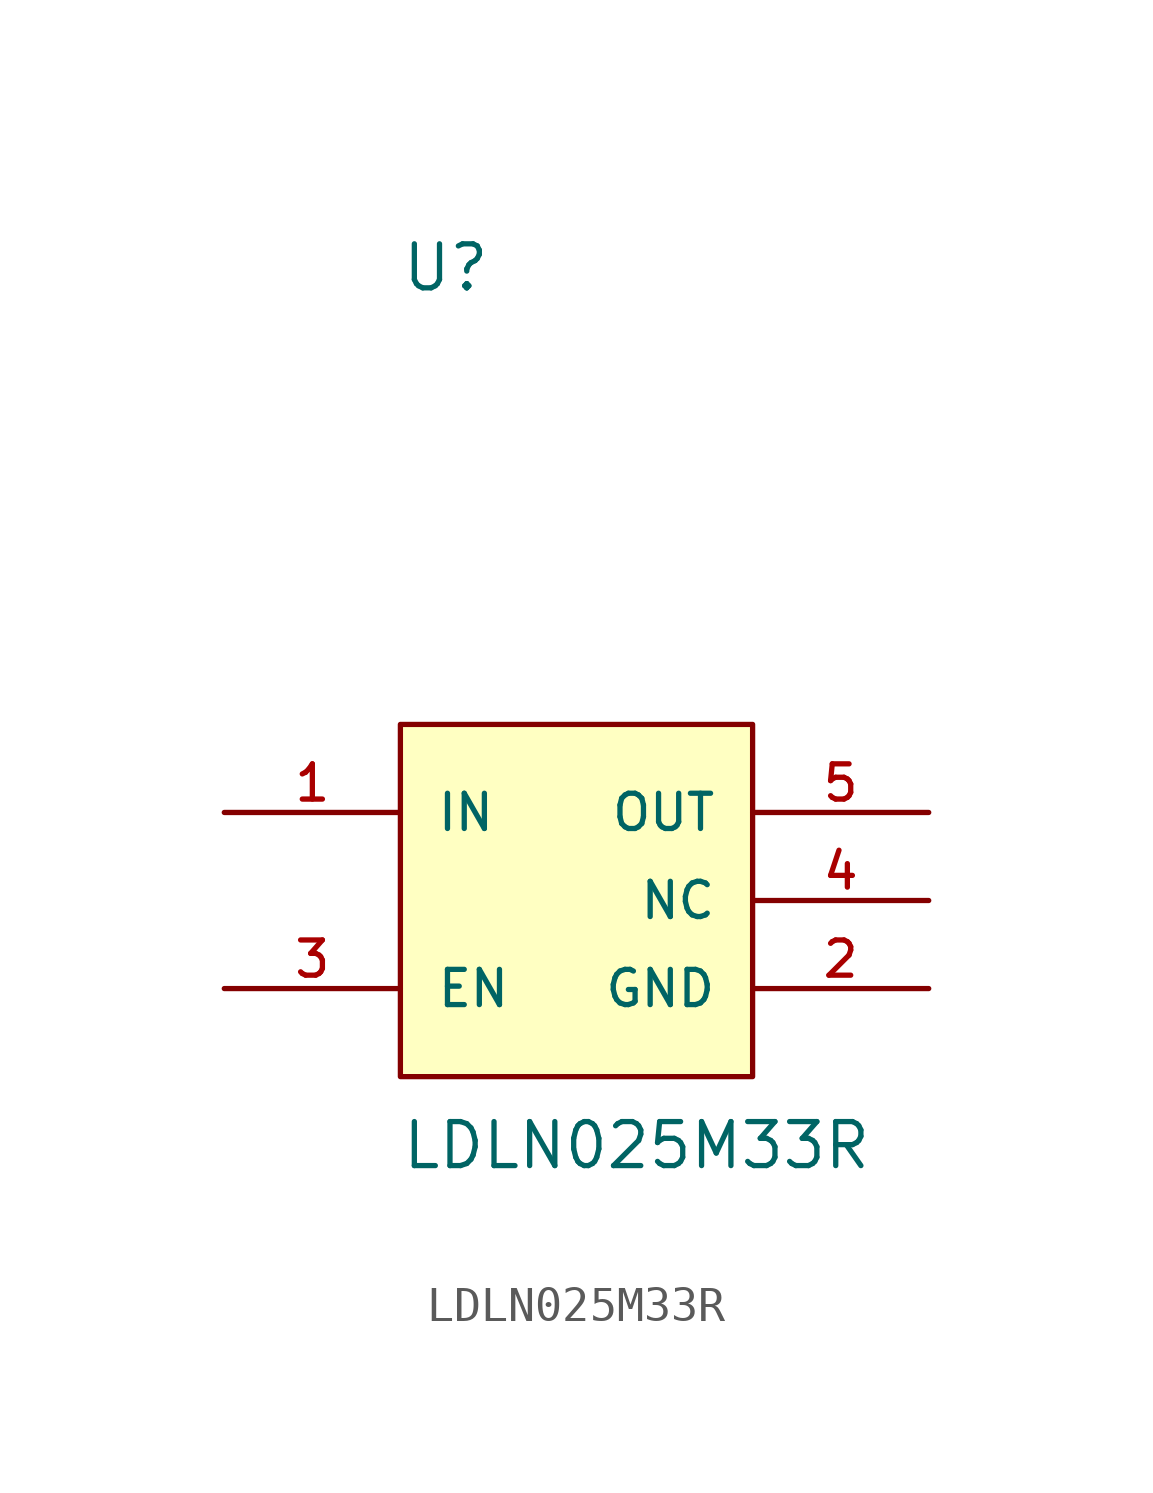
<source format=kicad_sym>
(kicad_symbol_lib
  (version 20231120)
  (generator "kicad_symbol_editor")
  (generator_version "8.0")
  (symbol "LDLN025M33R"
    (pin_names
      (offset 1.016))
    (property "Reference" "U"
      (at -10.16 11.16 0)
      (effects (font (size 1.27 1.27)) (justify left bottom)))
    (property "Value" "LDLN025M33R"
      (at -10.16 -14.16 0)
      (effects (font (size 1.27 1.27)) (justify left bottom)))
    (symbol "LDLN025M33R_0_0"
      (pin input line (at -15.24 -3.81 0) (length 5.08) (name "IN" (effects (font (size 1.016 1.016)))) (number "1" (effects (font (size 1.016 1.016)))))
      (pin power_in line (at 5.08 -8.89 180) (length 5.08) (name "GND" (effects (font (size 1.016 1.016)))) (number "2" (effects (font (size 1.016 1.016)))))
      (pin input line (at -15.24 -8.89 0) (length 5.08) (name "EN" (effects (font (size 1.016 1.016)))) (number "3" (effects (font (size 1.016 1.016)))))
      (pin passive line (at 5.08 -6.35 180) (length 5.08) (name "NC" (effects (font (size 1.016 1.016)))) (number "4" (effects (font (size 1.016 1.016)))))
      (pin output line (at 5.08 -3.81 180) (length 5.08) (name "OUT" (effects (font (size 1.016 1.016)))) (number "5" (effects (font (size 1.016 1.016))))))
    (symbol "LDLN025M33R_1_0"
      (rectangle (start -10.16 -1.27) (end 0 -11.43) (stroke (width 0) (type default)) (fill (type background))))))
</source>
